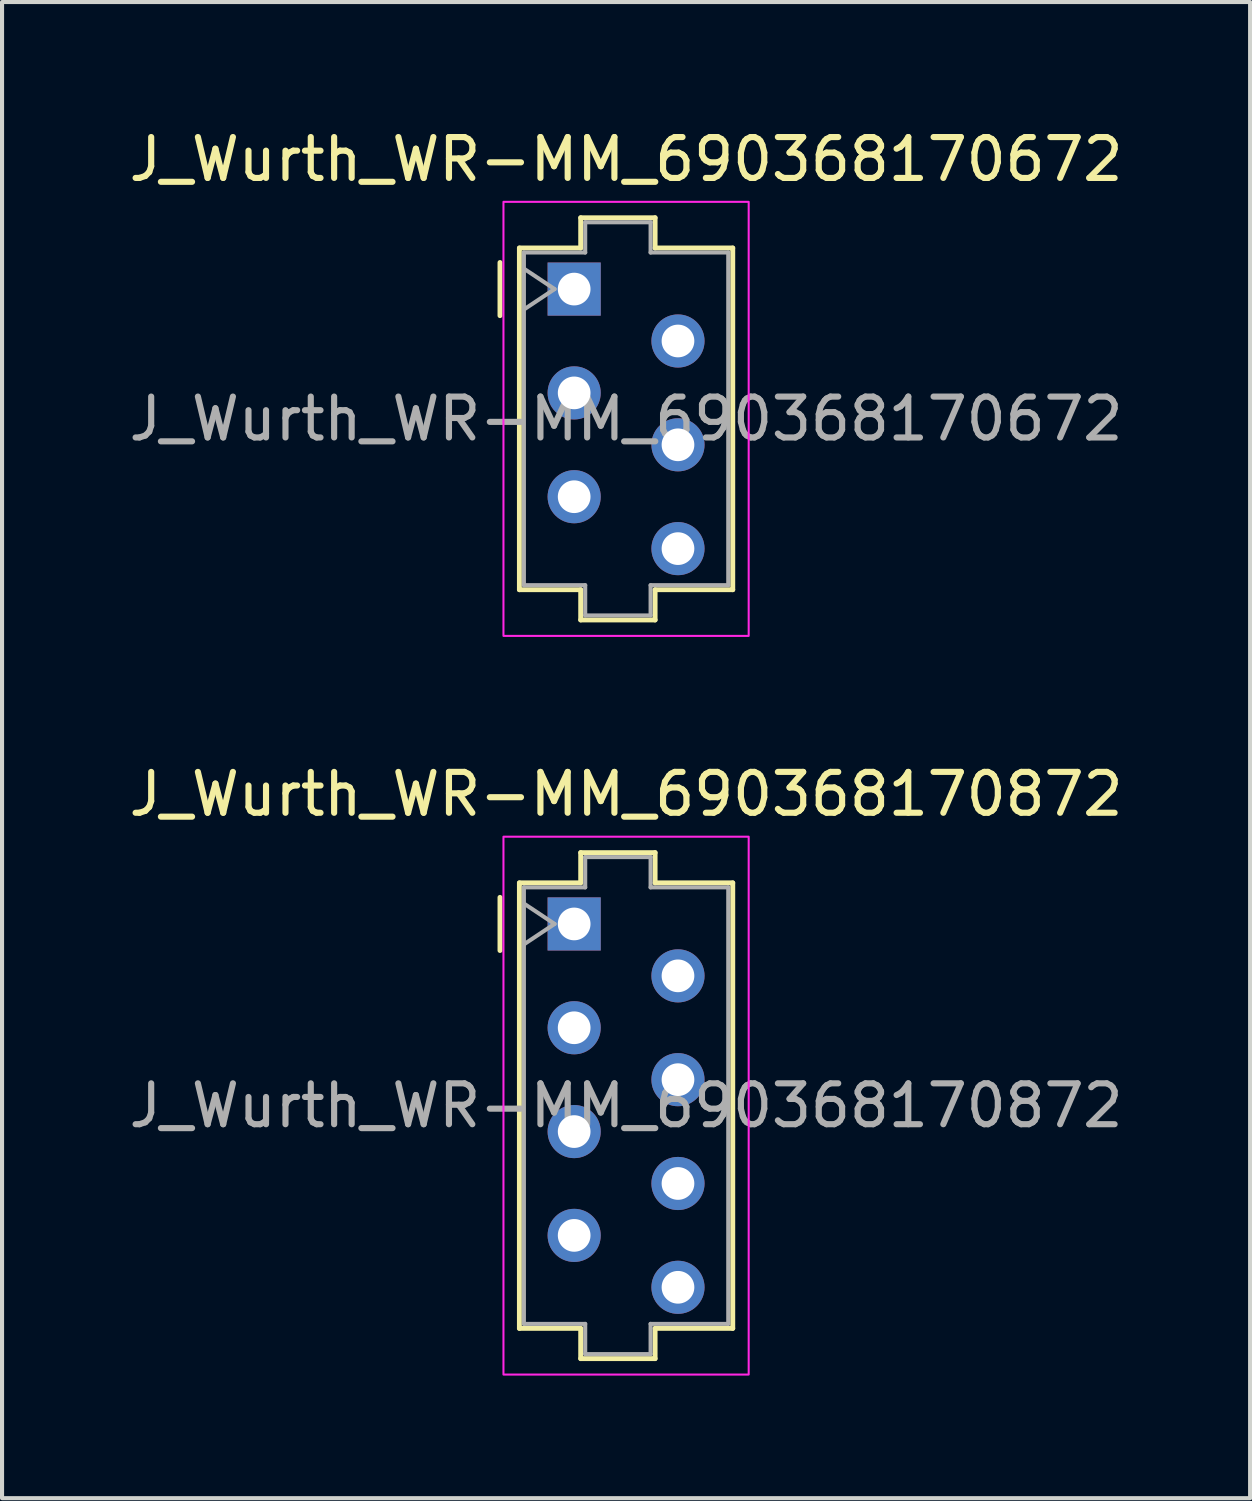
<source format=kicad_pcb>
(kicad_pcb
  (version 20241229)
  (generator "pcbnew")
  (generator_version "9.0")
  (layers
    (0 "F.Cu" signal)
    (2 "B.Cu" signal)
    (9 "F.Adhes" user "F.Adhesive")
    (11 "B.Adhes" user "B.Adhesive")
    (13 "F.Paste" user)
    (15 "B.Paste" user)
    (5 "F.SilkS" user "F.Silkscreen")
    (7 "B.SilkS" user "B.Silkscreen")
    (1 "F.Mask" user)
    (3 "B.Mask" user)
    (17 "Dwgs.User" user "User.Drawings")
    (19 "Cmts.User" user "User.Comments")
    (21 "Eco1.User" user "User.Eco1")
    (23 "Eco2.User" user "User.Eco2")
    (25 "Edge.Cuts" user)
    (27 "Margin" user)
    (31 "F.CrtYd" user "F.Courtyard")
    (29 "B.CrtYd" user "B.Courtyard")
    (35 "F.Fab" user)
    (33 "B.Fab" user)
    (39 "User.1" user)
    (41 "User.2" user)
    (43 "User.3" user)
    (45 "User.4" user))
  (footprint "J_Wurth_WR-MM_690368170672"
    (layer "F.Cu")
    (at 10.998 4.023)
    (property "Reference" "J_Wurth_WR-MM_690368170672" (at 1.27 -3.175 0) (unlocked yes) (layer "F.SilkS") (effects (font (size 1 1) (thickness 0.15))))
    (attr through_hole)
    (fp_line (start -1.815 0.65) (end -1.815 -0.65) (stroke (width 0.12) (type solid)) (layer "F.SilkS"))
    (fp_line (start -1.34 7.355) (end -1.34 -1.005) (stroke (width 0.12) (type solid)) (layer "F.SilkS"))
    (fp_line (start 0.16 -1.005) (end -1.34 -1.005) (stroke (width 0.12) (type solid)) (layer "F.SilkS"))
    (fp_line (start 0.16 -1.005) (end 0.16 -1.745) (stroke (width 0.12) (type solid)) (layer "F.SilkS"))
    (fp_line (start 0.16 7.355) (end -1.34 7.355) (stroke (width 0.12) (type solid)) (layer "F.SilkS"))
    (fp_line (start 0.16 7.355) (end 0.16 8.095) (stroke (width 0.12) (type solid)) (layer "F.SilkS"))
    (fp_line (start 1.98 -1.745) (end 0.16 -1.745) (stroke (width 0.12) (type solid)) (layer "F.SilkS"))
    (fp_line (start 1.98 -1.005) (end 1.98 -1.745) (stroke (width 0.12) (type solid)) (layer "F.SilkS"))
    (fp_line (start 1.98 7.355) (end 1.98 8.095) (stroke (width 0.12) (type solid)) (layer "F.SilkS"))
    (fp_line (start 1.98 8.095) (end 0.16 8.095) (stroke (width 0.12) (type solid)) (layer "F.SilkS"))
    (fp_line (start 3.88 -1.005) (end 1.98 -1.005) (stroke (width 0.12) (type solid)) (layer "F.SilkS"))
    (fp_line (start 3.88 7.355) (end 1.98 7.355) (stroke (width 0.12) (type solid)) (layer "F.SilkS"))
    (fp_line (start 3.88 7.355) (end 3.88 -1.005) (stroke (width 0.12) (type solid)) (layer "F.SilkS"))
    (fp_rect (start -1.73 -2.135) (end 4.27 8.485) (stroke (width 0.05) (type solid)) (fill no) (layer "F.CrtYd"))
    (fp_line (start -1.23 7.245) (end -1.23 -0.895) (stroke (width 0.1) (type solid)) (layer "F.Fab"))
    (fp_line (start -0.48 0) (end -1.23 -0.5) (stroke (width 0.1) (type solid)) (layer "F.Fab"))
    (fp_line (start -0.48 0) (end -1.23 0.5) (stroke (width 0.1) (type solid)) (layer "F.Fab"))
    (fp_line (start 0.27 -1.635) (end 1.87 -1.635) (stroke (width 0.1) (type solid)) (layer "F.Fab"))
    (fp_line (start 0.27 -0.895) (end -1.23 -0.895) (stroke (width 0.1) (type solid)) (layer "F.Fab"))
    (fp_line (start 0.27 -0.895) (end 0.27 -1.635) (stroke (width 0.1) (type solid)) (layer "F.Fab"))
    (fp_line (start 0.27 7.245) (end -1.23 7.245) (stroke (width 0.1) (type solid)) (layer "F.Fab"))
    (fp_line (start 0.27 7.245) (end 0.27 7.985) (stroke (width 0.1) (type solid)) (layer "F.Fab"))
    (fp_line (start 0.27 7.985) (end 1.87 7.985) (stroke (width 0.1) (type solid)) (layer "F.Fab"))
    (fp_line (start 1.87 -0.895) (end 1.87 -1.635) (stroke (width 0.1) (type solid)) (layer "F.Fab"))
    (fp_line (start 1.87 -0.895) (end 3.77 -0.895) (stroke (width 0.1) (type solid)) (layer "F.Fab"))
    (fp_line (start 1.87 7.245) (end 1.87 7.985) (stroke (width 0.1) (type solid)) (layer "F.Fab"))
    (fp_line (start 1.87 7.245) (end 3.77 7.245) (stroke (width 0.1) (type solid)) (layer "F.Fab"))
    (fp_line (start 3.77 7.245) (end 3.77 -0.895) (stroke (width 0.1) (type solid)) (layer "F.Fab"))
    (fp_text user "${REFERENCE}" (at 1.27 3.175 0) (unlocked yes) (layer "F.Fab") (effects (font (size 1 1) (thickness 0.15))))
    (pad "1" thru_hole rect (at 0 0 90) (size 1.3 1.3) (drill 0.8) (layers "*.Cu" "*.Mask"))
    (pad "2" thru_hole circle (at 2.54 1.27 90) (size 1.3 1.3) (drill 0.8) (layers "*.Cu" "*.Mask"))
    (pad "3" thru_hole circle (at 0 2.54 90) (size 1.3 1.3) (drill 0.8) (layers "*.Cu" "*.Mask"))
    (pad "4" thru_hole circle (at 2.54 3.81 90) (size 1.3 1.3) (drill 0.8) (layers "*.Cu" "*.Mask"))
    (pad "5" thru_hole circle (at 0 5.08 90) (size 1.3 1.3) (drill 0.8) (layers "*.Cu" "*.Mask"))
    (pad "6" thru_hole circle (at 2.54 6.35 90) (size 1.3 1.3) (drill 0.8) (layers "*.Cu" "*.Mask")))
  (footprint "J_Wurth_WR-MM_690368170872"
    (layer "F.Cu")
    (at 10.998 19.556)
    (property "Reference" "J_Wurth_WR-MM_690368170872" (at 1.27 -3.175 0) (unlocked yes) (layer "F.SilkS") (effects (font (size 1 1) (thickness 0.15))))
    (attr through_hole)
    (fp_line (start -1.815 0.65) (end -1.815 -0.65) (stroke (width 0.12) (type solid)) (layer "F.SilkS"))
    (fp_line (start -1.34 9.895) (end -1.34 -1.005) (stroke (width 0.12) (type solid)) (layer "F.SilkS"))
    (fp_line (start 0.16 -1.005) (end -1.34 -1.005) (stroke (width 0.12) (type solid)) (layer "F.SilkS"))
    (fp_line (start 0.16 -1.005) (end 0.16 -1.745) (stroke (width 0.12) (type solid)) (layer "F.SilkS"))
    (fp_line (start 0.16 9.895) (end -1.34 9.895) (stroke (width 0.12) (type solid)) (layer "F.SilkS"))
    (fp_line (start 0.16 9.895) (end 0.16 10.635) (stroke (width 0.12) (type solid)) (layer "F.SilkS"))
    (fp_line (start 1.98 -1.745) (end 0.16 -1.745) (stroke (width 0.12) (type solid)) (layer "F.SilkS"))
    (fp_line (start 1.98 -1.005) (end 1.98 -1.745) (stroke (width 0.12) (type solid)) (layer "F.SilkS"))
    (fp_line (start 1.98 9.895) (end 1.98 10.635) (stroke (width 0.12) (type solid)) (layer "F.SilkS"))
    (fp_line (start 1.98 10.635) (end 0.16 10.635) (stroke (width 0.12) (type solid)) (layer "F.SilkS"))
    (fp_line (start 3.88 -1.005) (end 1.98 -1.005) (stroke (width 0.12) (type solid)) (layer "F.SilkS"))
    (fp_line (start 3.88 9.895) (end 1.98 9.895) (stroke (width 0.12) (type solid)) (layer "F.SilkS"))
    (fp_line (start 3.88 9.895) (end 3.88 -1.005) (stroke (width 0.12) (type solid)) (layer "F.SilkS"))
    (fp_rect (start -1.73 -2.135) (end 4.27 11.025) (stroke (width 0.05) (type solid)) (fill no) (layer "F.CrtYd"))
    (fp_line (start -1.23 9.785) (end -1.23 -0.895) (stroke (width 0.1) (type solid)) (layer "F.Fab"))
    (fp_line (start -0.48 0) (end -1.23 -0.5) (stroke (width 0.1) (type solid)) (layer "F.Fab"))
    (fp_line (start -0.48 0) (end -1.23 0.5) (stroke (width 0.1) (type solid)) (layer "F.Fab"))
    (fp_line (start 0.27 -1.635) (end 1.87 -1.635) (stroke (width 0.1) (type solid)) (layer "F.Fab"))
    (fp_line (start 0.27 -0.895) (end -1.23 -0.895) (stroke (width 0.1) (type solid)) (layer "F.Fab"))
    (fp_line (start 0.27 -0.895) (end 0.27 -1.635) (stroke (width 0.1) (type solid)) (layer "F.Fab"))
    (fp_line (start 0.27 9.785) (end -1.23 9.785) (stroke (width 0.1) (type solid)) (layer "F.Fab"))
    (fp_line (start 0.27 9.785) (end 0.27 10.525) (stroke (width 0.1) (type solid)) (layer "F.Fab"))
    (fp_line (start 0.27 10.525) (end 1.87 10.525) (stroke (width 0.1) (type solid)) (layer "F.Fab"))
    (fp_line (start 1.87 -0.895) (end 1.87 -1.635) (stroke (width 0.1) (type solid)) (layer "F.Fab"))
    (fp_line (start 1.87 -0.895) (end 3.77 -0.895) (stroke (width 0.1) (type solid)) (layer "F.Fab"))
    (fp_line (start 1.87 9.785) (end 1.87 10.525) (stroke (width 0.1) (type solid)) (layer "F.Fab"))
    (fp_line (start 1.87 9.785) (end 3.77 9.785) (stroke (width 0.1) (type solid)) (layer "F.Fab"))
    (fp_line (start 3.77 9.785) (end 3.77 -0.895) (stroke (width 0.1) (type solid)) (layer "F.Fab"))
    (fp_text user "${REFERENCE}" (at 1.27 4.445 0) (unlocked yes) (layer "F.Fab") (effects (font (size 1 1) (thickness 0.15))))
    (pad "1" thru_hole rect (at 0 0 90) (size 1.3 1.3) (drill 0.8) (layers "*.Cu" "*.Mask"))
    (pad "2" thru_hole circle (at 2.54 1.27 90) (size 1.3 1.3) (drill 0.8) (layers "*.Cu" "*.Mask"))
    (pad "3" thru_hole circle (at 0 2.54 90) (size 1.3 1.3) (drill 0.8) (layers "*.Cu" "*.Mask"))
    (pad "4" thru_hole circle (at 2.54 3.81 90) (size 1.3 1.3) (drill 0.8) (layers "*.Cu" "*.Mask"))
    (pad "5" thru_hole circle (at 0 5.08 90) (size 1.3 1.3) (drill 0.8) (layers "*.Cu" "*.Mask"))
    (pad "6" thru_hole circle (at 2.54 6.35 90) (size 1.3 1.3) (drill 0.8) (layers "*.Cu" "*.Mask"))
    (pad "7" thru_hole circle (at 0 7.62 90) (size 1.3 1.3) (drill 0.8) (layers "*.Cu" "*.Mask"))
    (pad "8" thru_hole circle (at 2.54 8.89 90) (size 1.3 1.3) (drill 0.8) (layers "*.Cu" "*.Mask")))
  (gr_rect
    (start -3 -3)
    (end 27.536 33.606)
    (stroke (width 0.1) (type default))
    (fill no)
    (layer "Edge.Cuts")))
</source>
